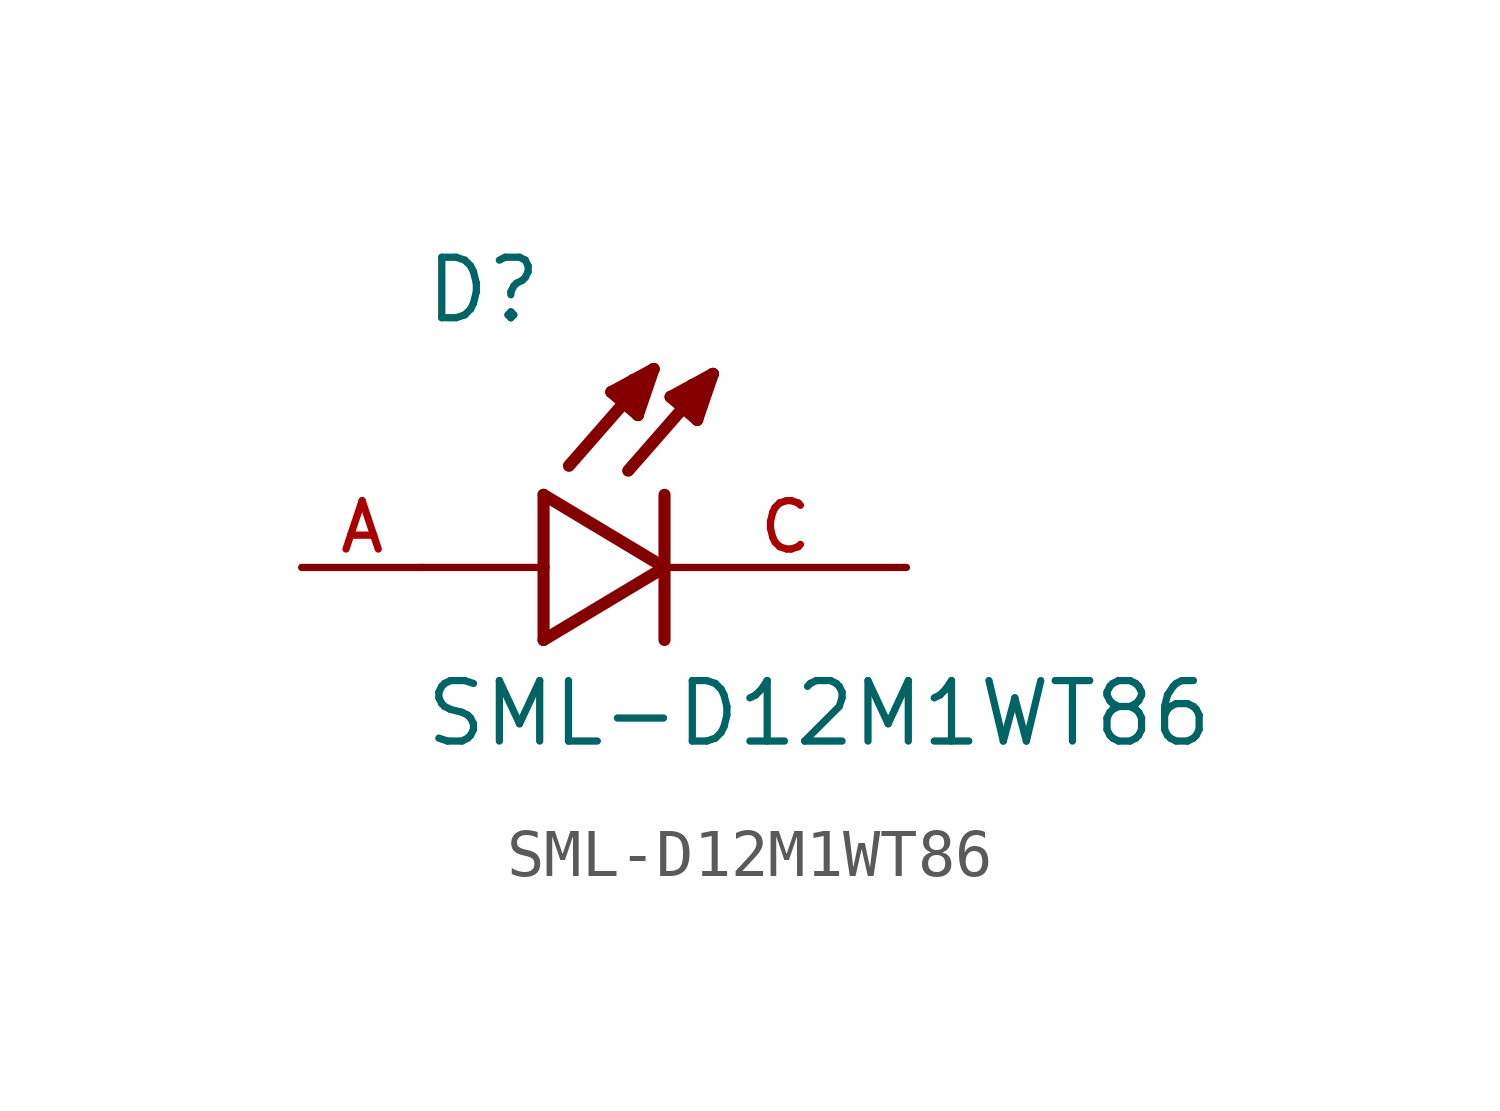
<source format=kicad_sym>
(kicad_symbol_lib
  (version 20231120)
  (generator "kicad_symbol_editor")
  (generator_version "8.0")
  (symbol "SML-D12M1WT86"
    (pin_names
      (offset 1.016))
    (property "Reference" "D"
      (at -5.08 5.08 0)
      (effects (font (size 1.27 1.27)) (justify left bottom)))
    (property "Value" "SML-D12M1WT86"
      (at -5.08 -3.81 0)
      (effects (font (size 1.27 1.27)) (justify left bottom)))
    (symbol "SML-D12M1WT86_0_0"
      (polyline (pts (xy -2.54 -1.524) (xy 0 0)) (stroke (width 0.254) (type default)) (fill (type none)))
      (polyline (pts (xy -2.54 0) (xy -5.08 0)) (stroke (width 0.152) (type default)) (fill (type none)))
      (polyline (pts (xy -2.54 0) (xy -2.54 -1.524)) (stroke (width 0.254) (type default)) (fill (type none)))
      (polyline (pts (xy -2.54 1.524) (xy -2.54 0)) (stroke (width 0.254) (type default)) (fill (type none)))
      (polyline (pts (xy -1.118 3.683) (xy -0.229 4.166)) (stroke (width 0.254) (type default)) (fill (type none)))
      (polyline (pts (xy -0.94 3.607) (xy -0.711 3.759)) (stroke (width 0.254) (type default)) (fill (type none)))
      (polyline (pts (xy -0.559 3.2) (xy -1.118 3.683)) (stroke (width 0.254) (type default)) (fill (type none)))
      (polyline (pts (xy -0.559 3.2) (xy -0.533 3.937)) (stroke (width 0.254) (type default)) (fill (type none)))
      (polyline (pts (xy -0.533 3.937) (xy -0.66 3.937)) (stroke (width 0.254) (type default)) (fill (type none)))
      (polyline (pts (xy -0.229 4.166) (xy -2.007 2.134)) (stroke (width 0.254) (type default)) (fill (type none)))
      (polyline (pts (xy -0.229 4.166) (xy -0.559 3.2)) (stroke (width 0.254) (type default)) (fill (type none)))
      (polyline (pts (xy 0 0) (xy -2.54 1.524)) (stroke (width 0.254) (type default)) (fill (type none)))
      (polyline (pts (xy 0 1.524) (xy 0 -1.524)) (stroke (width 0.254) (type default)) (fill (type none)))
      (polyline (pts (xy 0.127 3.581) (xy 1.016 4.064)) (stroke (width 0.254) (type default)) (fill (type none)))
      (polyline (pts (xy 0.305 3.505) (xy 0.533 3.658)) (stroke (width 0.254) (type default)) (fill (type none)))
      (polyline (pts (xy 0.686 3.099) (xy 0.127 3.581)) (stroke (width 0.254) (type default)) (fill (type none)))
      (polyline (pts (xy 0.686 3.099) (xy 0.711 3.835)) (stroke (width 0.254) (type default)) (fill (type none)))
      (polyline (pts (xy 0.711 3.835) (xy 0.584 3.835)) (stroke (width 0.254) (type default)) (fill (type none)))
      (polyline (pts (xy 1.016 4.064) (xy -0.762 2.032)) (stroke (width 0.254) (type default)) (fill (type none)))
      (polyline (pts (xy 1.016 4.064) (xy 0.686 3.099)) (stroke (width 0.254) (type default)) (fill (type none)))
      (pin passive line (at -7.62 0 0) (length 2.54) (name "~" (effects (font (size 1.016 1.016)))) (number "A" (effects (font (size 1.016 1.016)))))
      (pin passive line (at 5.08 0 180) (length 5.08) (name "~" (effects (font (size 1.016 1.016)))) (number "C" (effects (font (size 1.016 1.016))))))))
</source>
